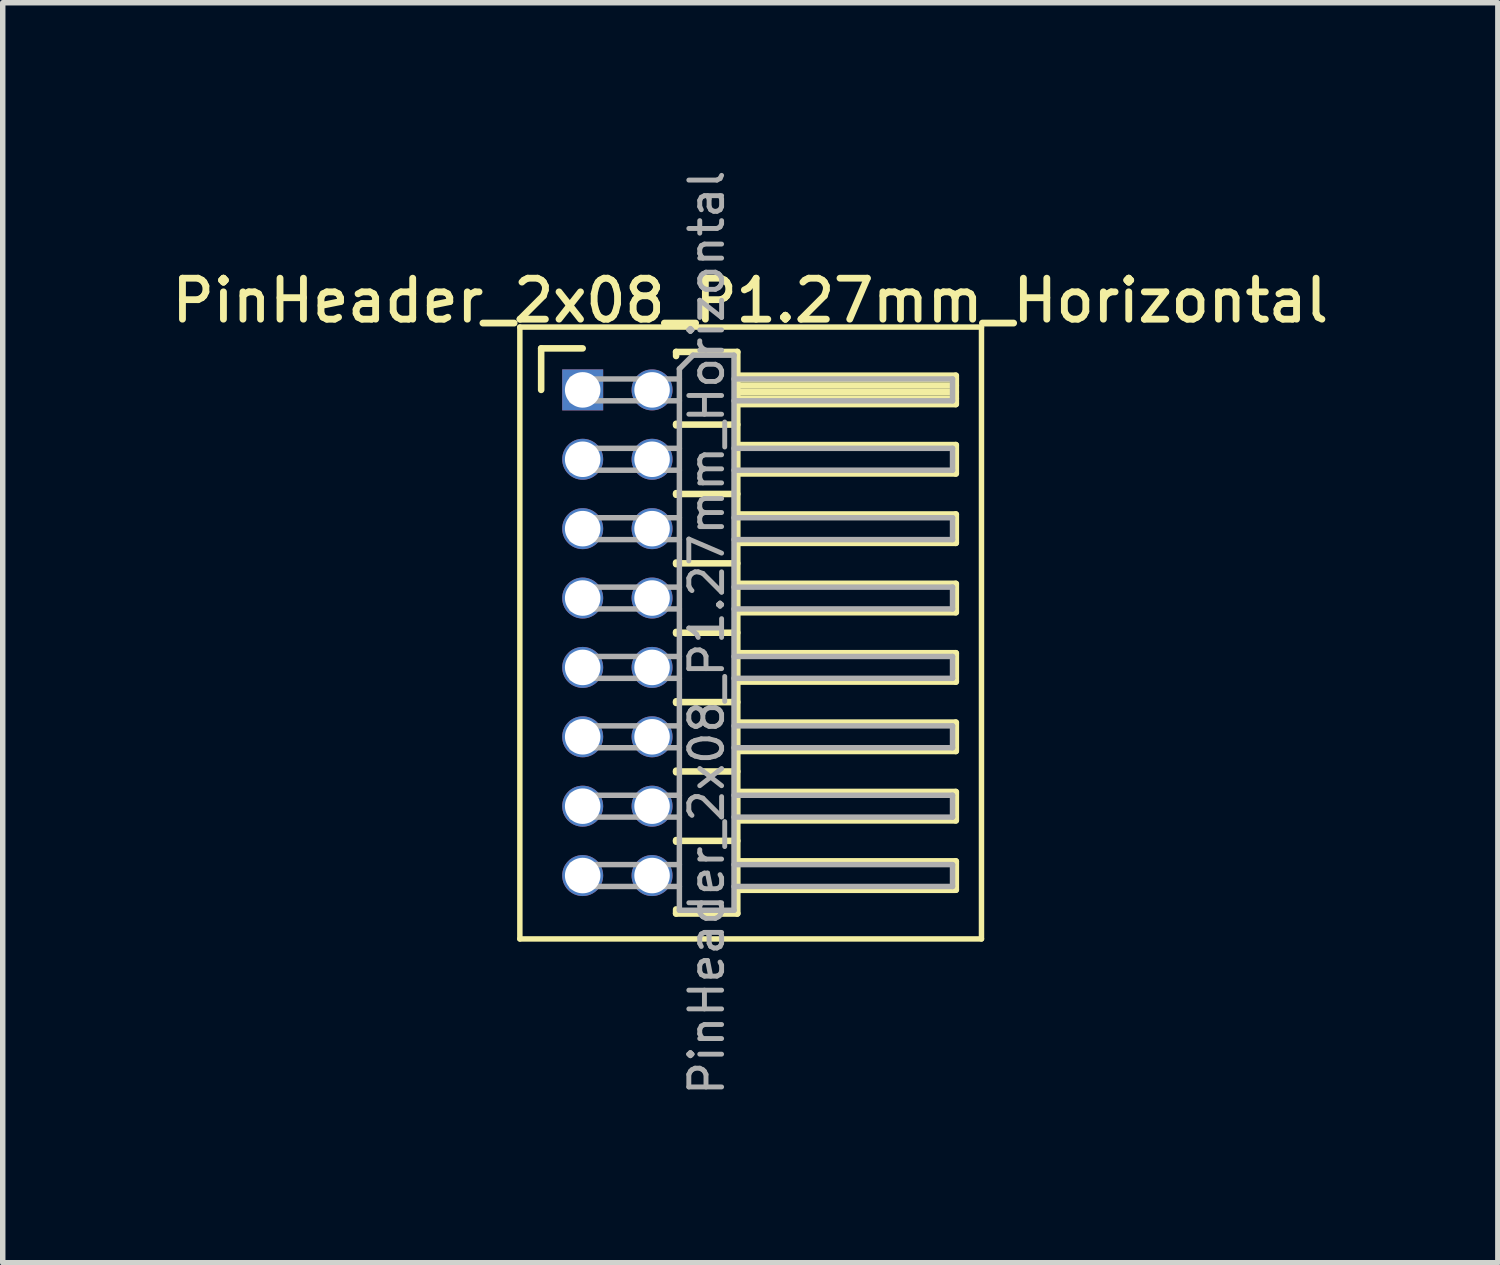
<source format=kicad_pcb>
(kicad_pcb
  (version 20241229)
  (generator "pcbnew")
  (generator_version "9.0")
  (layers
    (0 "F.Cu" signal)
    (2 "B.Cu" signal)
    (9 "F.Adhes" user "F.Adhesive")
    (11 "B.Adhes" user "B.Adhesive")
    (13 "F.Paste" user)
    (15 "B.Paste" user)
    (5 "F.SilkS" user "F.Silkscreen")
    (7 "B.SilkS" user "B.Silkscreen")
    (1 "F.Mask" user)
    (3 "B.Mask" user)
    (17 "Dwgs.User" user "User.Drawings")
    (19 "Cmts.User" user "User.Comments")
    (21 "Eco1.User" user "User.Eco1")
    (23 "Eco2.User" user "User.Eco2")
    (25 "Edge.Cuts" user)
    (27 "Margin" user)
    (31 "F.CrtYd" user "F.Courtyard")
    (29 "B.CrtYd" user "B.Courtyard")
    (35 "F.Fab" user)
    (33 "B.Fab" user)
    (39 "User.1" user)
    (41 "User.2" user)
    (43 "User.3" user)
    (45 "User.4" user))
  (footprint "PinHeader_2x08_P1.27mm_Horizontal"
    (layer "F.Cu")
    (at 7.616 4.087)
    (property "Reference" "PinHeader_2x08_P1.27mm_Horizontal" (at 3.067 -1.635 0) (layer "F.SilkS") (effects (font (size 0.75 0.75) (thickness 0.125))))
    (attr through_hole)
    (fp_line (start -1.15 -1.15) (end -1.15 10.05) (stroke (width 0.1) (type solid)) (layer "F.SilkS"))
    (fp_line (start -1.15 10.05) (end 7.3 10.05) (stroke (width 0.1) (type solid)) (layer "F.SilkS"))
    (fp_line (start -0.76 -0.76) (end 0 -0.76) (stroke (width 0.12) (type solid)) (layer "F.SilkS"))
    (fp_line (start -0.76 0) (end -0.76 -0.76) (stroke (width 0.12) (type solid)) (layer "F.SilkS"))
    (fp_line (start 1.71 -0.695) (end 2.83 -0.695) (stroke (width 0.12) (type solid)) (layer "F.SilkS"))
    (fp_line (start 1.71 -0.62) (end 1.71 -0.695) (stroke (width 0.12) (type solid)) (layer "F.SilkS"))
    (fp_line (start 1.71 0.62) (end 1.71 0.65) (stroke (width 0.12) (type solid)) (layer "F.SilkS"))
    (fp_line (start 1.71 0.635) (end 2.83 0.635) (stroke (width 0.12) (type solid)) (layer "F.SilkS"))
    (fp_line (start 1.71 1.89) (end 1.71 1.92) (stroke (width 0.12) (type solid)) (layer "F.SilkS"))
    (fp_line (start 1.71 1.905) (end 2.83 1.905) (stroke (width 0.12) (type solid)) (layer "F.SilkS"))
    (fp_line (start 1.71 3.16) (end 1.71 3.19) (stroke (width 0.12) (type solid)) (layer "F.SilkS"))
    (fp_line (start 1.71 3.175) (end 2.83 3.175) (stroke (width 0.12) (type solid)) (layer "F.SilkS"))
    (fp_line (start 1.71 4.43) (end 1.71 4.46) (stroke (width 0.12) (type solid)) (layer "F.SilkS"))
    (fp_line (start 1.71 4.445) (end 2.83 4.445) (stroke (width 0.12) (type solid)) (layer "F.SilkS"))
    (fp_line (start 1.71 5.7) (end 1.71 5.73) (stroke (width 0.12) (type solid)) (layer "F.SilkS"))
    (fp_line (start 1.71 5.715) (end 2.83 5.715) (stroke (width 0.12) (type solid)) (layer "F.SilkS"))
    (fp_line (start 1.71 6.97) (end 1.71 7) (stroke (width 0.12) (type solid)) (layer "F.SilkS"))
    (fp_line (start 1.71 6.985) (end 2.83 6.985) (stroke (width 0.12) (type solid)) (layer "F.SilkS"))
    (fp_line (start 1.71 8.24) (end 1.71 8.27) (stroke (width 0.12) (type solid)) (layer "F.SilkS"))
    (fp_line (start 1.71 8.255) (end 2.83 8.255) (stroke (width 0.12) (type solid)) (layer "F.SilkS"))
    (fp_line (start 1.71 9.585) (end 1.71 9.51) (stroke (width 0.12) (type solid)) (layer "F.SilkS"))
    (fp_line (start 2.83 -0.695) (end 2.83 9.585) (stroke (width 0.12) (type solid)) (layer "F.SilkS"))
    (fp_line (start 2.83 -0.26) (end 6.83 -0.26) (stroke (width 0.12) (type solid)) (layer "F.SilkS"))
    (fp_line (start 2.83 -0.2) (end 6.83 -0.2) (stroke (width 0.12) (type solid)) (layer "F.SilkS"))
    (fp_line (start 2.83 -0.08) (end 6.83 -0.08) (stroke (width 0.12) (type solid)) (layer "F.SilkS"))
    (fp_line (start 2.83 0.04) (end 6.83 0.04) (stroke (width 0.12) (type solid)) (layer "F.SilkS"))
    (fp_line (start 2.83 0.16) (end 6.83 0.16) (stroke (width 0.12) (type solid)) (layer "F.SilkS"))
    (fp_line (start 2.83 1.01) (end 6.83 1.01) (stroke (width 0.12) (type solid)) (layer "F.SilkS"))
    (fp_line (start 2.83 2.28) (end 6.83 2.28) (stroke (width 0.12) (type solid)) (layer "F.SilkS"))
    (fp_line (start 2.83 3.55) (end 6.83 3.55) (stroke (width 0.12) (type solid)) (layer "F.SilkS"))
    (fp_line (start 2.83 4.82) (end 6.83 4.82) (stroke (width 0.12) (type solid)) (layer "F.SilkS"))
    (fp_line (start 2.83 6.09) (end 6.83 6.09) (stroke (width 0.12) (type solid)) (layer "F.SilkS"))
    (fp_line (start 2.83 7.36) (end 6.83 7.36) (stroke (width 0.12) (type solid)) (layer "F.SilkS"))
    (fp_line (start 2.83 8.63) (end 6.83 8.63) (stroke (width 0.12) (type solid)) (layer "F.SilkS"))
    (fp_line (start 2.83 9.585) (end 1.71 9.585) (stroke (width 0.12) (type solid)) (layer "F.SilkS"))
    (fp_line (start 6.83 -0.26) (end 6.83 0.26) (stroke (width 0.12) (type solid)) (layer "F.SilkS"))
    (fp_line (start 6.83 0.26) (end 2.83 0.26) (stroke (width 0.12) (type solid)) (layer "F.SilkS"))
    (fp_line (start 6.83 1.01) (end 6.83 1.53) (stroke (width 0.12) (type solid)) (layer "F.SilkS"))
    (fp_line (start 6.83 1.53) (end 2.83 1.53) (stroke (width 0.12) (type solid)) (layer "F.SilkS"))
    (fp_line (start 6.83 2.28) (end 6.83 2.8) (stroke (width 0.12) (type solid)) (layer "F.SilkS"))
    (fp_line (start 6.83 2.8) (end 2.83 2.8) (stroke (width 0.12) (type solid)) (layer "F.SilkS"))
    (fp_line (start 6.83 3.55) (end 6.83 4.07) (stroke (width 0.12) (type solid)) (layer "F.SilkS"))
    (fp_line (start 6.83 4.07) (end 2.83 4.07) (stroke (width 0.12) (type solid)) (layer "F.SilkS"))
    (fp_line (start 6.83 4.82) (end 6.83 5.34) (stroke (width 0.12) (type solid)) (layer "F.SilkS"))
    (fp_line (start 6.83 5.34) (end 2.83 5.34) (stroke (width 0.12) (type solid)) (layer "F.SilkS"))
    (fp_line (start 6.83 6.09) (end 6.83 6.61) (stroke (width 0.12) (type solid)) (layer "F.SilkS"))
    (fp_line (start 6.83 6.61) (end 2.83 6.61) (stroke (width 0.12) (type solid)) (layer "F.SilkS"))
    (fp_line (start 6.83 7.36) (end 6.83 7.88) (stroke (width 0.12) (type solid)) (layer "F.SilkS"))
    (fp_line (start 6.83 7.88) (end 2.83 7.88) (stroke (width 0.12) (type solid)) (layer "F.SilkS"))
    (fp_line (start 6.83 8.63) (end 6.83 9.15) (stroke (width 0.12) (type solid)) (layer "F.SilkS"))
    (fp_line (start 6.83 9.15) (end 2.83 9.15) (stroke (width 0.12) (type solid)) (layer "F.SilkS"))
    (fp_line (start 7.3 -1.15) (end -1.15 -1.15) (stroke (width 0.1) (type solid)) (layer "F.SilkS"))
    (fp_line (start 7.3 10.05) (end 7.3 -1.15) (stroke (width 0.1) (type solid)) (layer "F.SilkS"))
    (fp_line (start -0.2 -0.2) (end -0.2 0.2) (stroke (width 0.1) (type solid)) (layer "F.Fab"))
    (fp_line (start -0.2 -0.2) (end 1.77 -0.2) (stroke (width 0.1) (type solid)) (layer "F.Fab"))
    (fp_line (start -0.2 0.2) (end 1.77 0.2) (stroke (width 0.1) (type solid)) (layer "F.Fab"))
    (fp_line (start -0.2 1.07) (end -0.2 1.47) (stroke (width 0.1) (type solid)) (layer "F.Fab"))
    (fp_line (start -0.2 1.07) (end 1.77 1.07) (stroke (width 0.1) (type solid)) (layer "F.Fab"))
    (fp_line (start -0.2 1.47) (end 1.77 1.47) (stroke (width 0.1) (type solid)) (layer "F.Fab"))
    (fp_line (start -0.2 2.34) (end -0.2 2.74) (stroke (width 0.1) (type solid)) (layer "F.Fab"))
    (fp_line (start -0.2 2.34) (end 1.77 2.34) (stroke (width 0.1) (type solid)) (layer "F.Fab"))
    (fp_line (start -0.2 2.74) (end 1.77 2.74) (stroke (width 0.1) (type solid)) (layer "F.Fab"))
    (fp_line (start -0.2 3.61) (end -0.2 4.01) (stroke (width 0.1) (type solid)) (layer "F.Fab"))
    (fp_line (start -0.2 3.61) (end 1.77 3.61) (stroke (width 0.1) (type solid)) (layer "F.Fab"))
    (fp_line (start -0.2 4.01) (end 1.77 4.01) (stroke (width 0.1) (type solid)) (layer "F.Fab"))
    (fp_line (start -0.2 4.88) (end -0.2 5.28) (stroke (width 0.1) (type solid)) (layer "F.Fab"))
    (fp_line (start -0.2 4.88) (end 1.77 4.88) (stroke (width 0.1) (type solid)) (layer "F.Fab"))
    (fp_line (start -0.2 5.28) (end 1.77 5.28) (stroke (width 0.1) (type solid)) (layer "F.Fab"))
    (fp_line (start -0.2 6.15) (end -0.2 6.55) (stroke (width 0.1) (type solid)) (layer "F.Fab"))
    (fp_line (start -0.2 6.15) (end 1.77 6.15) (stroke (width 0.1) (type solid)) (layer "F.Fab"))
    (fp_line (start -0.2 6.55) (end 1.77 6.55) (stroke (width 0.1) (type solid)) (layer "F.Fab"))
    (fp_line (start -0.2 7.42) (end -0.2 7.82) (stroke (width 0.1) (type solid)) (layer "F.Fab"))
    (fp_line (start -0.2 7.42) (end 1.77 7.42) (stroke (width 0.1) (type solid)) (layer "F.Fab"))
    (fp_line (start -0.2 7.82) (end 1.77 7.82) (stroke (width 0.1) (type solid)) (layer "F.Fab"))
    (fp_line (start -0.2 8.69) (end -0.2 9.09) (stroke (width 0.1) (type solid)) (layer "F.Fab"))
    (fp_line (start -0.2 8.69) (end 1.77 8.69) (stroke (width 0.1) (type solid)) (layer "F.Fab"))
    (fp_line (start -0.2 9.09) (end 1.77 9.09) (stroke (width 0.1) (type solid)) (layer "F.Fab"))
    (fp_line (start 1.77 -0.385) (end 2.02 -0.635) (stroke (width 0.1) (type solid)) (layer "F.Fab"))
    (fp_line (start 1.77 9.525) (end 1.77 -0.385) (stroke (width 0.1) (type solid)) (layer "F.Fab"))
    (fp_line (start 2.02 -0.635) (end 2.77 -0.635) (stroke (width 0.1) (type solid)) (layer "F.Fab"))
    (fp_line (start 2.77 -0.635) (end 2.77 9.525) (stroke (width 0.1) (type solid)) (layer "F.Fab"))
    (fp_line (start 2.77 -0.2) (end 6.77 -0.2) (stroke (width 0.1) (type solid)) (layer "F.Fab"))
    (fp_line (start 2.77 0.2) (end 6.77 0.2) (stroke (width 0.1) (type solid)) (layer "F.Fab"))
    (fp_line (start 2.77 1.07) (end 6.77 1.07) (stroke (width 0.1) (type solid)) (layer "F.Fab"))
    (fp_line (start 2.77 1.47) (end 6.77 1.47) (stroke (width 0.1) (type solid)) (layer "F.Fab"))
    (fp_line (start 2.77 2.34) (end 6.77 2.34) (stroke (width 0.1) (type solid)) (layer "F.Fab"))
    (fp_line (start 2.77 2.74) (end 6.77 2.74) (stroke (width 0.1) (type solid)) (layer "F.Fab"))
    (fp_line (start 2.77 3.61) (end 6.77 3.61) (stroke (width 0.1) (type solid)) (layer "F.Fab"))
    (fp_line (start 2.77 4.01) (end 6.77 4.01) (stroke (width 0.1) (type solid)) (layer "F.Fab"))
    (fp_line (start 2.77 4.88) (end 6.77 4.88) (stroke (width 0.1) (type solid)) (layer "F.Fab"))
    (fp_line (start 2.77 5.28) (end 6.77 5.28) (stroke (width 0.1) (type solid)) (layer "F.Fab"))
    (fp_line (start 2.77 6.15) (end 6.77 6.15) (stroke (width 0.1) (type solid)) (layer "F.Fab"))
    (fp_line (start 2.77 6.55) (end 6.77 6.55) (stroke (width 0.1) (type solid)) (layer "F.Fab"))
    (fp_line (start 2.77 7.42) (end 6.77 7.42) (stroke (width 0.1) (type solid)) (layer "F.Fab"))
    (fp_line (start 2.77 7.82) (end 6.77 7.82) (stroke (width 0.1) (type solid)) (layer "F.Fab"))
    (fp_line (start 2.77 8.69) (end 6.77 8.69) (stroke (width 0.1) (type solid)) (layer "F.Fab"))
    (fp_line (start 2.77 9.09) (end 6.77 9.09) (stroke (width 0.1) (type solid)) (layer "F.Fab"))
    (fp_line (start 2.77 9.525) (end 1.77 9.525) (stroke (width 0.1) (type solid)) (layer "F.Fab"))
    (fp_line (start 6.77 -0.2) (end 6.77 0.2) (stroke (width 0.1) (type solid)) (layer "F.Fab"))
    (fp_line (start 6.77 1.07) (end 6.77 1.47) (stroke (width 0.1) (type solid)) (layer "F.Fab"))
    (fp_line (start 6.77 2.34) (end 6.77 2.74) (stroke (width 0.1) (type solid)) (layer "F.Fab"))
    (fp_line (start 6.77 3.61) (end 6.77 4.01) (stroke (width 0.1) (type solid)) (layer "F.Fab"))
    (fp_line (start 6.77 4.88) (end 6.77 5.28) (stroke (width 0.1) (type solid)) (layer "F.Fab"))
    (fp_line (start 6.77 6.15) (end 6.77 6.55) (stroke (width 0.1) (type solid)) (layer "F.Fab"))
    (fp_line (start 6.77 7.42) (end 6.77 7.82) (stroke (width 0.1) (type solid)) (layer "F.Fab"))
    (fp_line (start 6.77 8.69) (end 6.77 9.09) (stroke (width 0.1) (type solid)) (layer "F.Fab"))
    (fp_text user "${REFERENCE}" (at 2.27 4.445 90) (layer "F.Fab") (effects (font (size 0.6 0.6) (thickness 0.09))))
    (pad "1" thru_hole rect (at 0 0) (size 0.75 0.75) (drill 0.65) (layers "*.Cu" "*.Mask"))
    (pad "2" thru_hole oval (at 1.27 0) (size 0.75 0.75) (drill 0.65) (layers "*.Cu" "*.Mask"))
    (pad "3" thru_hole oval (at 0 1.27) (size 0.75 0.75) (drill 0.65) (layers "*.Cu" "*.Mask"))
    (pad "4" thru_hole oval (at 1.27 1.27) (size 0.75 0.75) (drill 0.65) (layers "*.Cu" "*.Mask"))
    (pad "5" thru_hole oval (at 0 2.54) (size 0.75 0.75) (drill 0.65) (layers "*.Cu" "*.Mask"))
    (pad "6" thru_hole oval (at 1.27 2.54) (size 0.75 0.75) (drill 0.65) (layers "*.Cu" "*.Mask"))
    (pad "7" thru_hole oval (at 0 3.81) (size 0.75 0.75) (drill 0.65) (layers "*.Cu" "*.Mask"))
    (pad "8" thru_hole oval (at 1.27 3.81) (size 0.75 0.75) (drill 0.65) (layers "*.Cu" "*.Mask"))
    (pad "9" thru_hole oval (at 0 5.08) (size 0.75 0.75) (drill 0.65) (layers "*.Cu" "*.Mask"))
    (pad "10" thru_hole oval (at 1.27 5.08) (size 0.75 0.75) (drill 0.65) (layers "*.Cu" "*.Mask"))
    (pad "11" thru_hole oval (at 0 6.35) (size 0.75 0.75) (drill 0.65) (layers "*.Cu" "*.Mask"))
    (pad "12" thru_hole oval (at 1.27 6.35) (size 0.75 0.75) (drill 0.65) (layers "*.Cu" "*.Mask"))
    (pad "13" thru_hole oval (at 0 7.62) (size 0.75 0.75) (drill 0.65) (layers "*.Cu" "*.Mask"))
    (pad "14" thru_hole oval (at 1.27 7.62) (size 0.75 0.75) (drill 0.65) (layers "*.Cu" "*.Mask"))
    (pad "15" thru_hole oval (at 0 8.89) (size 0.75 0.75) (drill 0.65) (layers "*.Cu" "*.Mask"))
    (pad "16" thru_hole oval (at 1.27 8.89) (size 0.75 0.75) (drill 0.65) (layers "*.Cu" "*.Mask")))
  (gr_rect
    (start -3 -3)
    (end 24.368 20.064)
    (stroke (width 0.1) (type default))
    (fill no)
    (layer "Edge.Cuts")))
</source>
